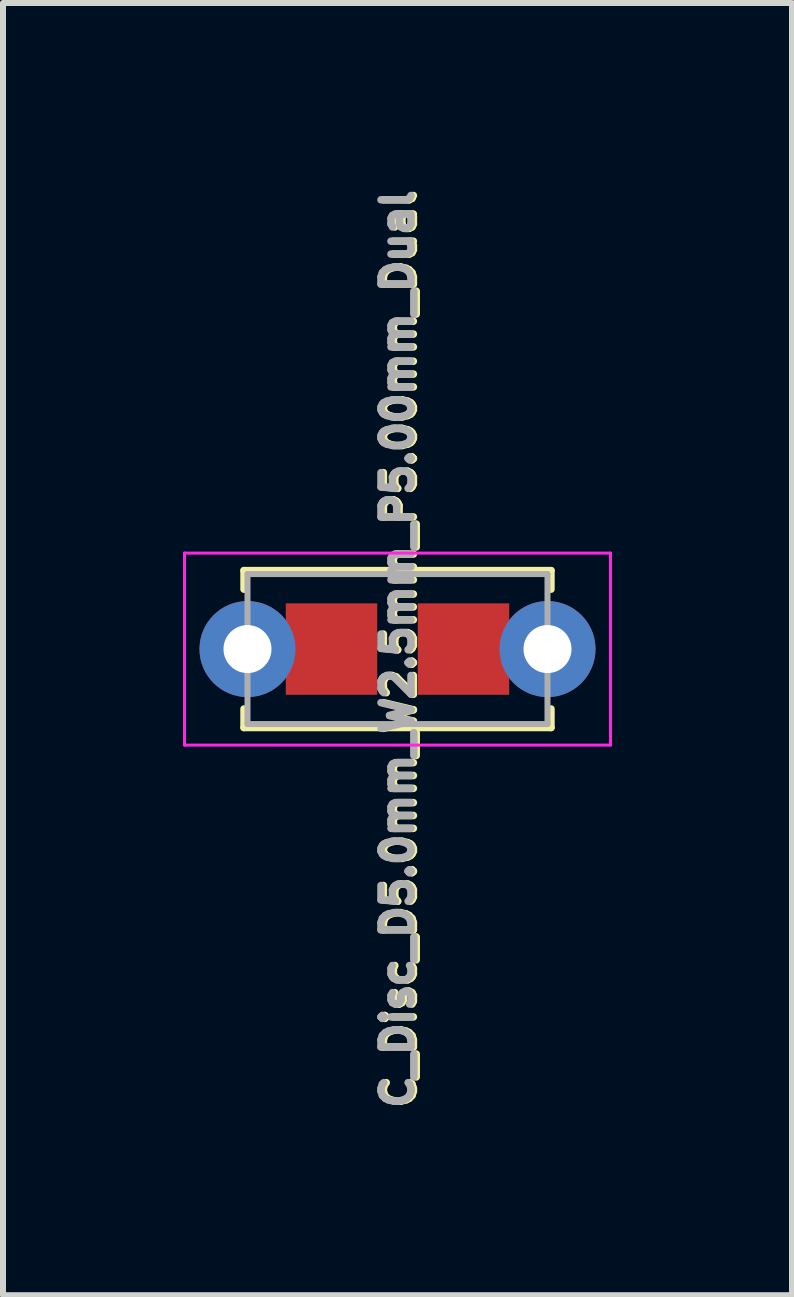
<source format=kicad_pcb>
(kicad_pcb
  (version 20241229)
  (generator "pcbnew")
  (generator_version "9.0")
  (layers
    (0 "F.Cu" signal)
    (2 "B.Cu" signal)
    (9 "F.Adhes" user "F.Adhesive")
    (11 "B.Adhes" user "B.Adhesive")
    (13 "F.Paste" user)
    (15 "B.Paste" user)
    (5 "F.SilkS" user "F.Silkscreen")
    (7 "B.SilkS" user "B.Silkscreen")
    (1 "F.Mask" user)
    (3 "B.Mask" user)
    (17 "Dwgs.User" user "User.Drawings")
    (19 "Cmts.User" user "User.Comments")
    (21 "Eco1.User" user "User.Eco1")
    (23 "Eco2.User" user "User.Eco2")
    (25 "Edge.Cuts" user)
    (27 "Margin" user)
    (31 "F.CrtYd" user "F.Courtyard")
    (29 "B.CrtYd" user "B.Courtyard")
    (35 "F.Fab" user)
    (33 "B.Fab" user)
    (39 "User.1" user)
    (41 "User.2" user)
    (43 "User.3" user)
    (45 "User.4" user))
  (footprint "C_Disc_D5.0mm_W2.5mm_P5.00mm_Dual"
    (layer "F.Cu")
    (at 1.075 7.768)
    (property "Reference" "C_Disc_D5.0mm_W2.5mm_P5.00mm_Dual" (at 2.54 0 90) (layer "F.SilkS") (effects (font (size 0.5 0.5) (thickness 0.125))))
    (attr through_hole)
    (fp_line (start -0.06 -1.31) (end -0.06 -0.996) (stroke (width 0.12) (type solid)) (layer "F.SilkS"))
    (fp_line (start -0.06 -1.31) (end 5.06 -1.31) (stroke (width 0.12) (type solid)) (layer "F.SilkS"))
    (fp_line (start -0.06 0.996) (end -0.06 1.31) (stroke (width 0.12) (type solid)) (layer "F.SilkS"))
    (fp_line (start -0.06 1.31) (end 5.06 1.31) (stroke (width 0.12) (type solid)) (layer "F.SilkS"))
    (fp_line (start 5.06 -1.31) (end 5.06 -0.996) (stroke (width 0.12) (type solid)) (layer "F.SilkS"))
    (fp_line (start 5.06 0.996) (end 5.06 1.31) (stroke (width 0.12) (type solid)) (layer "F.SilkS"))
    (fp_line (start -1.05 -1.6) (end -1.05 1.6) (stroke (width 0.05) (type solid)) (layer "F.CrtYd"))
    (fp_line (start -1.05 1.6) (end 6.05 1.6) (stroke (width 0.05) (type solid)) (layer "F.CrtYd"))
    (fp_line (start 6.05 -1.6) (end -1.05 -1.6) (stroke (width 0.05) (type solid)) (layer "F.CrtYd"))
    (fp_line (start 6.05 1.6) (end 6.05 -1.6) (stroke (width 0.05) (type solid)) (layer "F.CrtYd"))
    (fp_line (start 0 -1.25) (end 0 1.25) (stroke (width 0.1) (type solid)) (layer "F.Fab"))
    (fp_line (start 0 1.25) (end 5 1.25) (stroke (width 0.1) (type solid)) (layer "F.Fab"))
    (fp_line (start 5 -1.25) (end 0 -1.25) (stroke (width 0.1) (type solid)) (layer "F.Fab"))
    (fp_line (start 5 1.25) (end 5 -1.25) (stroke (width 0.1) (type solid)) (layer "F.Fab"))
    (fp_text user "${REFERENCE}" (at 2.5 0 90) (layer "F.Fab") (effects (font (size 0.5 0.5) (thickness 0.125))))
    (pad "1" thru_hole circle (at 0 0) (size 1.6 1.6) (drill 0.8) (layers "*.Cu" "*.Mask"))
    (pad "1" smd rect (at 1.4 0) (size 1.524 1.524) (layers "F.Cu" "F.Mask" "F.Paste"))
    (pad "2" smd rect (at 3.6 0) (size 1.524 1.524) (layers "F.Cu" "F.Mask" "F.Paste"))
    (pad "2" thru_hole circle (at 5 0) (size 1.6 1.6) (drill 0.8) (layers "*.Cu" "*.Mask")))
  (gr_rect
    (start -3 -3)
    (end 10.15 18.537)
    (stroke (width 0.1) (type default))
    (fill no)
    (layer "Edge.Cuts")))
</source>
